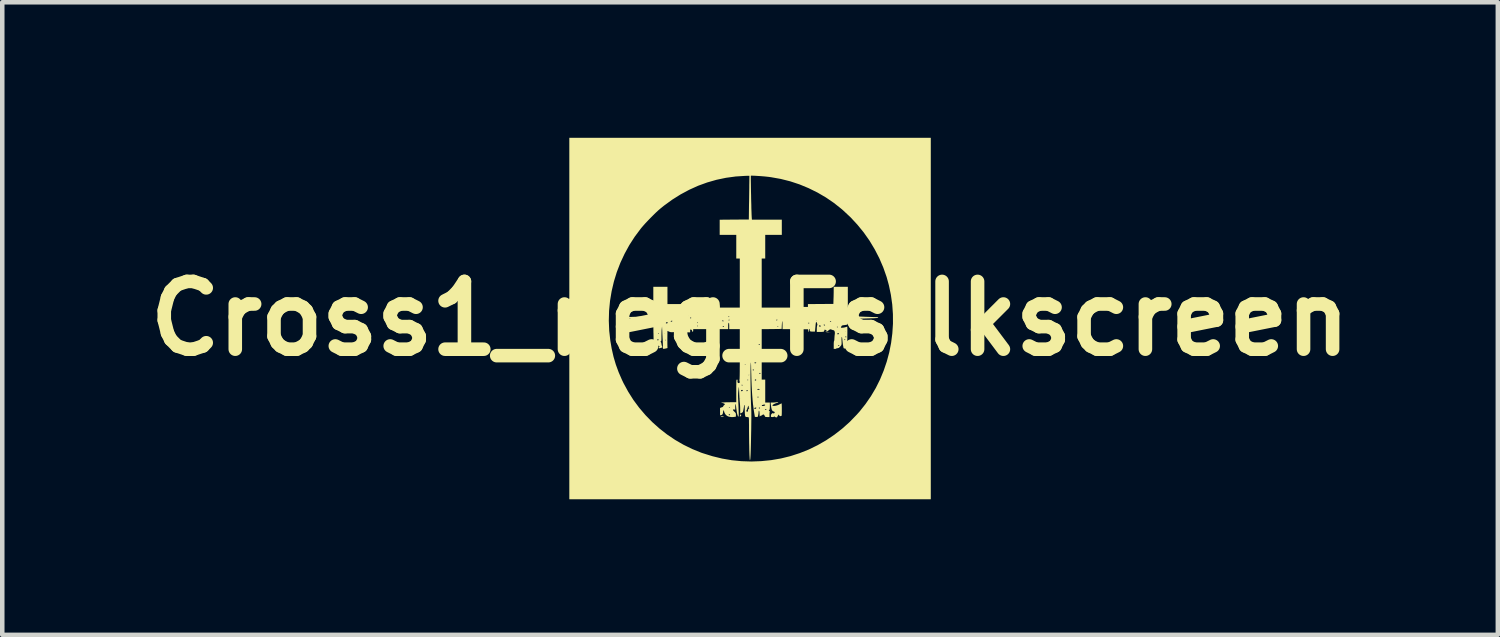
<source format=kicad_pcb>
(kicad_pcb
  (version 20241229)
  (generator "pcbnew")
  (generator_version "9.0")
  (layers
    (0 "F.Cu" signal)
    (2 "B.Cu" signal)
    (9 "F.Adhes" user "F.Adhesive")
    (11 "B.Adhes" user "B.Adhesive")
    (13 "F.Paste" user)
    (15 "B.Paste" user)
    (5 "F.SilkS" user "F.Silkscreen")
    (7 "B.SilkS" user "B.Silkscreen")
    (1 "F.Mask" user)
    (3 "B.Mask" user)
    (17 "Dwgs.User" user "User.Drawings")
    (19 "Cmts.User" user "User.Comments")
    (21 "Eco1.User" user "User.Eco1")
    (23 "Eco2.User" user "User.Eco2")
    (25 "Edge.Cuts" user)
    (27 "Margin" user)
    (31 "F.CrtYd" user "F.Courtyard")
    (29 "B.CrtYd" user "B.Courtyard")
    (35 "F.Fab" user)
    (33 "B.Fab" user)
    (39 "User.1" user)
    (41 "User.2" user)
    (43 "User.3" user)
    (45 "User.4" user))
  (footprint "Cross1_neg_Fsilkscreen"
    (layer "F.Cu")
    (at 13.55 4)
    (property "Reference" "Cross1_neg_Fsilkscreen" (at 0 0 0) (layer "F.SilkS") (effects (font (size 1.5 1.5) (thickness 0.3))))
    (attr board_only exclude_from_pos_files exclude_from_bom)
    (fp_poly (pts (xy -0.592 2.167) (xy -0.582 2.172) (xy -0.586 2.177) (xy -0.604 2.179) (xy -0.619 2.18) (xy -0.642 2.179) (xy -0.651 2.176) (xy -0.648 2.172) (xy -0.632 2.166) (xy -0.611 2.165)) (stroke (width 0) (type solid)) (fill yes) (layer "F.SilkS"))
    (fp_poly (pts (xy -0.203 2.121) (xy -0.196 2.134) (xy -0.198 2.15) (xy -0.209 2.163) (xy -0.211 2.164) (xy -0.223 2.169) (xy -0.227 2.162) (xy -0.227 2.16) (xy -0.223 2.143) (xy -0.215 2.128) (xy -0.206 2.121)) (stroke (width 0) (type solid)) (fill yes) (layer "F.SilkS"))
    (fp_poly (pts (xy 1.69 0.288) (xy 1.703 0.293) (xy 1.726 0.297) (xy 1.746 0.299) (xy 1.793 0.302) (xy 1.737 0.303) (xy 1.706 0.303) (xy 1.685 0.3) (xy 1.676 0.296) (xy 1.674 0.286) (xy 1.681 0.283)) (stroke (width 0) (type solid)) (fill yes) (layer "F.SilkS"))
    (fp_poly (pts (xy 0.62 1.854) (xy 0.625 1.858) (xy 0.618 1.865) (xy 0.604 1.867) (xy 0.58 1.872) (xy 0.551 1.883) (xy 0.522 1.898) (xy 0.505 1.909) (xy 0.495 1.921) (xy 0.498 1.929) (xy 0.511 1.933) (xy 0.532 1.934) (xy 0.559 1.931) (xy 0.588 1.925) (xy 0.619 1.915) (xy 0.645 1.903) (xy 0.669 1.891) (xy 0.688 1.881) (xy 0.697 1.876) (xy 0.699 1.883) (xy 0.701 1.903) (xy 0.702 1.933) (xy 0.703 1.972) (xy 0.703 2.015) (xy 0.703 2.066) (xy 0.702 2.104) (xy 0.701 2.13) (xy 0.699 2.146) (xy 0.696 2.154) (xy 0.692 2.156) (xy 0.675 2.159) (xy 0.669 2.161) (xy 0.657 2.158) (xy 0.646 2.144) (xy 0.635 2.123) (xy 0.618 2.147) (xy 0.607 2.165) (xy 0.602 2.178) (xy 0.602 2.179) (xy 0.595 2.186) (xy 0.581 2.187) (xy 0.564 2.184) (xy 0.55 2.176) (xy 0.549 2.174) (xy 0.54 2.166) (xy 0.534 2.17) (xy 0.524 2.176) (xy 0.503 2.18) (xy 0.495 2.18) (xy 0.474 2.179) (xy 0.464 2.175) (xy 0.461 2.164) (xy 0.461 2.152) (xy 0.466 2.125) (xy 0.482 2.105) (xy 0.499 2.093) (xy 0.508 2.094) (xy 0.508 2.095) (xy 0.519 2.1) (xy 0.531 2.098) (xy 0.544 2.088) (xy 0.546 2.075) (xy 0.537 2.062) (xy 0.52 2.055) (xy 0.504 2.049) (xy 0.491 2.035) (xy 0.48 2.013) (xy 0.471 1.98) (xy 0.464 1.934) (xy 0.458 1.893) (xy 0.455 1.859) (xy 0.487 1.859) (xy 0.513 1.859) (xy 0.546 1.857) (xy 0.572 1.854) (xy 0.603 1.852)) (stroke (width 0) (type solid)) (fill yes) (layer "F.SilkS"))
    (fp_poly (pts (xy 4 0) (xy 4 4) (xy 0 4) (xy -4 4) (xy -4 0.048) (xy -3.126 0.048) (xy -3.117 0.27) (xy -3.092 0.492) (xy -3.062 0.668) (xy -3.021 0.848) (xy -2.97 1.02) (xy -2.908 1.189) (xy -2.834 1.359) (xy -2.8 1.43) (xy -2.697 1.619) (xy -2.582 1.801) (xy -2.454 1.974) (xy -2.314 2.138) (xy -2.165 2.291) (xy -2.005 2.434) (xy -1.836 2.566) (xy -1.658 2.686) (xy -1.473 2.793) (xy -1.281 2.887) (xy -1.082 2.968) (xy -1.047 2.98) (xy -0.832 3.047) (xy -0.618 3.099) (xy -0.403 3.136) (xy -0.187 3.157) (xy 0.032 3.164) (xy 0.246 3.156) (xy 0.466 3.134) (xy 0.682 3.097) (xy 0.894 3.045) (xy 1.1 2.978) (xy 1.301 2.898) (xy 1.495 2.803) (xy 1.683 2.695) (xy 1.864 2.573) (xy 2.037 2.439) (xy 2.203 2.291) (xy 2.359 2.13) (xy 2.423 2.059) (xy 2.555 1.893) (xy 2.675 1.719) (xy 2.783 1.537) (xy 2.877 1.348) (xy 2.958 1.152) (xy 3.026 0.952) (xy 3.081 0.747) (xy 3.122 0.539) (xy 3.149 0.328) (xy 3.163 0.115) (xy 3.162 -0.098) (xy 3.147 -0.312) (xy 3.117 -0.525) (xy 3.073 -0.736) (xy 3.023 -0.918) (xy 2.949 -1.129) (xy 2.861 -1.334) (xy 2.759 -1.532) (xy 2.645 -1.722) (xy 2.517 -1.904) (xy 2.376 -2.077) (xy 2.224 -2.241) (xy 2.059 -2.395) (xy 2.028 -2.422) (xy 1.857 -2.558) (xy 1.677 -2.681) (xy 1.49 -2.79) (xy 1.295 -2.886) (xy 1.095 -2.969) (xy 0.889 -3.037) (xy 0.679 -3.09) (xy 0.465 -3.128) (xy 0.406 -3.136) (xy 0.368 -3.14) (xy 0.322 -3.145) (xy 0.273 -3.149) (xy 0.222 -3.153) (xy 0.172 -3.156) (xy 0.125 -3.159) (xy 0.083 -3.161) (xy 0.05 -3.162) (xy 0.028 -3.163) (xy 0.018 -3.161) (xy 0.018 -3.161) (xy 0.017 -3.153) (xy 0.017 -3.131) (xy 0.017 -3.096) (xy 0.017 -3.051) (xy 0.018 -2.997) (xy 0.019 -2.935) (xy 0.02 -2.869) (xy 0.021 -2.798) (xy 0.023 -2.725) (xy 0.024 -2.652) (xy 0.026 -2.579) (xy 0.028 -2.51) (xy 0.029 -2.445) (xy 0.031 -2.387) (xy 0.033 -2.336) (xy 0.034 -2.295) (xy 0.036 -2.265) (xy 0.036 -2.256) (xy 0.041 -2.188) (xy 0.372 -2.188) (xy 0.703 -2.188) (xy 0.703 -2.02) (xy 0.703 -1.852) (xy 0.52 -1.852) (xy 0.336 -1.852) (xy 0.336 -1.59) (xy 0.336 -1.328) (xy 0.297 -1.328) (xy 0.258 -1.328) (xy 0.258 -0.785) (xy 0.258 -0.242) (xy 0.77 -0.242) (xy 1.281 -0.242) (xy 1.281 -0.281) (xy 1.281 -0.32) (xy 1.563 -0.322) (xy 1.844 -0.324) (xy 1.847 -0.43) (xy 1.849 -0.479) (xy 1.85 -0.532) (xy 1.851 -0.583) (xy 1.851 -0.619) (xy 1.852 -0.703) (xy 2.008 -0.703) (xy 2.164 -0.703) (xy 2.164 -0.38) (xy 2.164 -0.057) (xy 2.276 -0.051) (xy 2.347 -0.048) (xy 2.419 -0.045) (xy 2.491 -0.042) (xy 2.56 -0.039) (xy 2.624 -0.037) (xy 2.681 -0.035) (xy 2.729 -0.033) (xy 2.766 -0.032) (xy 2.79 -0.031) (xy 2.791 -0.031) (xy 2.819 -0.03) (xy 2.833 -0.026) (xy 2.836 -0.021) (xy 2.835 -0.018) (xy 2.832 -0.016) (xy 2.825 -0.014) (xy 2.813 -0.012) (xy 2.796 -0.011) (xy 2.771 -0.009) (xy 2.739 -0.007) (xy 2.697 -0.006) (xy 2.645 -0.004) (xy 2.581 -0.002) (xy 2.505 0.000499) (xy 2.415 0.003) (xy 2.346 0.005) (xy 2.164 0.01) (xy 2.164 0.071) (xy 2.164 0.099) (xy 2.163 0.118) (xy 2.157 0.129) (xy 2.145 0.136) (xy 2.123 0.14) (xy 2.09 0.145) (xy 2.079 0.146) (xy 2.052 0.15) (xy 2.036 0.155) (xy 2.027 0.163) (xy 2.019 0.177) (xy 2.019 0.178) (xy 2.009 0.203) (xy 2.045 0.203) (xy 2.076 0.2) (xy 2.107 0.193) (xy 2.113 0.191) (xy 2.134 0.184) (xy 2.149 0.18) (xy 2.151 0.18) (xy 2.152 0.187) (xy 2.153 0.208) (xy 2.154 0.239) (xy 2.154 0.279) (xy 2.154 0.325) (xy 2.153 0.375) (xy 2.153 0.426) (xy 2.152 0.476) (xy 2.15 0.522) (xy 2.149 0.562) (xy 2.148 0.594) (xy 2.147 0.61) (xy 2.142 0.633) (xy 2.135 0.65) (xy 2.134 0.651) (xy 2.117 0.661) (xy 2.095 0.664) (xy 2.076 0.659) (xy 2.074 0.658) (xy 2.069 0.648) (xy 2.064 0.624) (xy 2.057 0.588) (xy 2.051 0.543) (xy 2.045 0.49) (xy 2.043 0.469) (xy 2.082 0.469) (xy 2.085 0.475) (xy 2.093 0.477) (xy 2.106 0.473) (xy 2.11 0.469) (xy 2.103 0.462) (xy 2.098 0.461) (xy 2.085 0.466) (xy 2.082 0.469) (xy 2.043 0.469) (xy 2.042 0.459) (xy 2.038 0.427) (xy 2.034 0.409) (xy 2.03 0.406) (xy 2.102 0.406) (xy 2.108 0.412) (xy 2.122 0.414) (xy 2.135 0.412) (xy 2.137 0.406) (xy 2.126 0.4) (xy 2.117 0.398) (xy 2.104 0.402) (xy 2.102 0.406) (xy 2.03 0.406) (xy 2.03 0.406) (xy 2.027 0.416) (xy 2.025 0.437) (xy 2.024 0.471) (xy 2.025 0.494) (xy 2.026 0.532) (xy 2.026 0.559) (xy 2.023 0.578) (xy 2.017 0.593) (xy 2.005 0.608) (xy 1.987 0.628) (xy 1.983 0.633) (xy 1.965 0.649) (xy 1.944 0.656) (xy 1.928 0.657) (xy 1.909 0.658) (xy 1.904 0.66) (xy 1.91 0.664) (xy 1.916 0.668) (xy 1.909 0.67) (xy 1.889 0.671) (xy 1.852 0.672) (xy 1.852 0.594) (xy 1.945 0.594) (xy 1.952 0.6) (xy 1.961 0.602) (xy 1.974 0.598) (xy 1.977 0.594) (xy 1.97 0.587) (xy 1.961 0.586) (xy 1.948 0.589) (xy 1.945 0.594) (xy 1.852 0.594) (xy 1.852 0.586) (xy 1.852 0.55) (xy 1.854 0.521) (xy 1.857 0.502) (xy 1.859 0.496) (xy 1.864 0.486) (xy 1.866 0.466) (xy 1.867 0.442) (xy 1.869 0.407) (xy 1.872 0.371) (xy 1.875 0.352) (xy 1.876 0.338) (xy 1.932 0.338) (xy 1.934 0.344) (xy 1.943 0.351) (xy 1.957 0.346) (xy 1.96 0.345) (xy 1.966 0.334) (xy 1.961 0.324) (xy 1.949 0.32) (xy 1.936 0.326) (xy 1.932 0.338) (xy 1.876 0.338) (xy 1.878 0.319) (xy 1.874 0.293) (xy 2.102 0.293) (xy 2.106 0.297) (xy 2.11 0.293) (xy 2.106 0.289) (xy 2.102 0.293) (xy 1.874 0.293) (xy 1.874 0.29) (xy 1.864 0.268) (xy 1.849 0.258) (xy 1.845 0.258) (xy 1.828 0.254) (xy 1.807 0.246) (xy 1.806 0.246) (xy 1.788 0.238) (xy 1.774 0.239) (xy 1.758 0.246) (xy 1.74 0.258) (xy 1.73 0.269) (xy 1.729 0.27) (xy 1.722 0.279) (xy 1.711 0.279) (xy 1.692 0.268) (xy 1.684 0.262) (xy 1.665 0.248) (xy 1.655 0.244) (xy 1.649 0.25) (xy 1.645 0.264) (xy 1.638 0.281) (xy 1.63 0.291) (xy 1.619 0.293) (xy 1.596 0.295) (xy 1.565 0.297) (xy 1.549 0.297) (xy 1.477 0.297) (xy 1.477 0.235) (xy 1.478 0.202) (xy 1.479 0.188) (xy 1.922 0.188) (xy 1.928 0.194) (xy 1.934 0.195) (xy 1.944 0.191) (xy 1.945 0.188) (xy 1.939 0.181) (xy 1.934 0.18) (xy 1.923 0.184) (xy 1.922 0.188) (xy 1.479 0.188) (xy 1.481 0.174) (xy 1.482 0.168) (xy 1.526 0.168) (xy 1.527 0.172) (xy 1.537 0.177) (xy 1.552 0.178) (xy 1.564 0.173) (xy 1.567 0.169) (xy 1.561 0.159) (xy 1.553 0.153) (xy 1.539 0.15) (xy 1.528 0.156) (xy 1.526 0.168) (xy 1.482 0.168) (xy 1.485 0.154) (xy 1.486 0.153) (xy 1.488 0.143) (xy 1.63 0.143) (xy 1.63 0.144) (xy 1.639 0.153) (xy 1.651 0.154) (xy 1.66 0.148) (xy 1.66 0.144) (xy 1.654 0.137) (xy 1.643 0.134) (xy 1.63 0.135) (xy 1.63 0.143) (xy 1.488 0.143) (xy 1.491 0.13) (xy 1.486 0.115) (xy 1.478 0.095) (xy 1.473 0.082) (xy 1.467 0.073) (xy 1.462 0.077) (xy 1.456 0.096) (xy 1.452 0.127) (xy 1.45 0.148) (xy 1.447 0.184) (xy 1.443 0.221) (xy 1.441 0.248) (xy 1.436 0.289) (xy 1.391 0.289) (xy 1.357 0.288) (xy 1.336 0.285) (xy 1.325 0.277) (xy 1.321 0.263) (xy 1.32 0.253) (xy 1.318 0.233) (xy 1.313 0.227) (xy 1.307 0.235) (xy 1.302 0.255) (xy 1.3 0.262) (xy 1.295 0.287) (xy 1.29 0.299) (xy 1.286 0.297) (xy 1.285 0.28) (xy 1.285 0.271) (xy 1.285 0.238) (xy 1.002 0.236) (xy 0.719 0.234) (xy 0.719 0.143) (xy 0.718 0.108) (xy 0.718 0.105) (xy 1.291 0.105) (xy 1.293 0.109) (xy 1.302 0.114) (xy 1.307 0.111) (xy 1.31 0.098) (xy 1.309 0.094) (xy 1.3 0.089) (xy 1.295 0.092) (xy 1.291 0.105) (xy 0.718 0.105) (xy 0.717 0.08) (xy 0.715 0.063) (xy 0.715 0.063) (xy 1.766 0.063) (xy 1.772 0.069) (xy 1.781 0.07) (xy 1.794 0.067) (xy 1.797 0.063) (xy 1.79 0.056) (xy 1.781 0.055) (xy 1.769 0.058) (xy 1.766 0.063) (xy 0.715 0.063) (xy 0.713 0.058) (xy 0.71 0.068) (xy 0.707 0.09) (xy 0.705 0.12) (xy 0.703 0.147) (xy 0.699 0.23) (xy 0.479 0.233) (xy 0.258 0.235) (xy 0.258 0.793) (xy 0.258 1.352) (xy 0.297 1.352) (xy 0.336 1.352) (xy 0.336 1.606) (xy 0.336 1.859) (xy 0.387 1.859) (xy 0.438 1.859) (xy 0.438 1.937) (xy 0.437 1.975) (xy 0.435 2.001) (xy 0.431 2.016) (xy 0.426 2.024) (xy 0.415 2.036) (xy 0.418 2.045) (xy 0.427 2.047) (xy 0.436 2.051) (xy 0.435 2.065) (xy 0.432 2.082) (xy 0.43 2.108) (xy 0.43 2.131) (xy 0.43 2.18) (xy 0.382 2.18) (xy 0.356 2.179) (xy 0.341 2.177) (xy 0.332 2.17) (xy 0.325 2.156) (xy 0.324 2.153) (xy 0.31 2.13) (xy 0.295 2.122) (xy 0.277 2.13) (xy 0.273 2.133) (xy 0.257 2.145) (xy 0.245 2.149) (xy 0.23 2.154) (xy 0.222 2.162) (xy 0.216 2.168) (xy 0.213 2.164) (xy 0.212 2.149) (xy 0.211 2.128) (xy 0.21 2.091) (xy 0.207 2.062) (xy 0.203 2.044) (xy 0.197 2.038) (xy 0.194 2.041) (xy 0.19 2.055) (xy 0.188 2.077) (xy 0.188 2.081) (xy 0.186 2.108) (xy 0.18 2.138) (xy 0.179 2.146) (xy 0.173 2.167) (xy 0.166 2.177) (xy 0.153 2.179) (xy 0.138 2.178) (xy 0.107 2.176) (xy 0.089 2.069) (xy 0.08 2.009) (xy 0.329 2.009) (xy 0.332 2.015) (xy 0.341 2.019) (xy 0.354 2.014) (xy 0.371 2.004) (xy 0.353 2.002) (xy 0.334 2.002) (xy 0.329 2.009) (xy 0.08 2.009) (xy 0.078 1.995) (xy 0.095 1.995) (xy 0.105 2) (xy 0.107 2) (xy 0.125 1.995) (xy 0.131 1.991) (xy 0.138 1.981) (xy 0.195 1.981) (xy 0.198 1.995) (xy 0.203 2) (xy 0.209 1.993) (xy 0.211 1.981) (xy 0.208 1.966) (xy 0.203 1.961) (xy 0.197 1.968) (xy 0.195 1.981) (xy 0.138 1.981) (xy 0.14 1.978) (xy 0.135 1.971) (xy 0.119 1.97) (xy 0.104 1.976) (xy 0.095 1.986) (xy 0.095 1.995) (xy 0.078 1.995) (xy 0.077 1.984) (xy 0.069 1.922) (xy 0.259 1.922) (xy 0.262 1.931) (xy 0.264 1.933) (xy 0.275 1.936) (xy 0.295 1.935) (xy 0.315 1.93) (xy 0.33 1.923) (xy 0.331 1.922) (xy 0.336 1.912) (xy 0.329 1.905) (xy 0.311 1.904) (xy 0.291 1.908) (xy 0.268 1.915) (xy 0.259 1.922) (xy 0.069 1.922) (xy 0.065 1.896) (xy 0.056 1.802) (xy 0.051 1.738) (xy 0.164 1.738) (xy 0.17 1.749) (xy 0.176 1.75) (xy 0.186 1.744) (xy 0.188 1.738) (xy 0.181 1.728) (xy 0.176 1.727) (xy 0.165 1.733) (xy 0.164 1.738) (xy 0.051 1.738) (xy 0.048 1.701) (xy 0.041 1.592) (xy 0.04 1.568) (xy 0.158 1.568) (xy 0.163 1.574) (xy 0.183 1.577) (xy 0.187 1.577) (xy 0.207 1.576) (xy 0.213 1.572) (xy 0.21 1.565) (xy 0.196 1.558) (xy 0.178 1.557) (xy 0.163 1.562) (xy 0.158 1.568) (xy 0.04 1.568) (xy 0.035 1.473) (xy 0.031 1.367) (xy 0.105 1.367) (xy 0.105 1.367) (xy 0.116 1.373) (xy 0.129 1.371) (xy 0.137 1.362) (xy 0.137 1.36) (xy 0.132 1.348) (xy 0.129 1.347) (xy 0.116 1.348) (xy 0.106 1.356) (xy 0.105 1.367) (xy 0.031 1.367) (xy 0.03 1.341) (xy 0.027 1.215) (xy 0.203 1.215) (xy 0.208 1.224) (xy 0.22 1.224) (xy 0.23 1.217) (xy 0.232 1.213) (xy 0.229 1.205) (xy 0.219 1.203) (xy 0.206 1.208) (xy 0.203 1.215) (xy 0.027 1.215) (xy 0.026 1.196) (xy 0.026 1.188) (xy 0.025 1.138) (xy 0.057 1.138) (xy 0.059 1.141) (xy 0.069 1.148) (xy 0.081 1.146) (xy 0.086 1.136) (xy 0.081 1.127) (xy 0.074 1.128) (xy 0.061 1.132) (xy 0.057 1.133) (xy 0.057 1.138) (xy 0.025 1.138) (xy 0.024 1.118) (xy 0.023 1.062) (xy 0.022 1.021) (xy 0.021 0.993) (xy 0.02 0.977) (xy 0.095 0.977) (xy 0.098 0.984) (xy 0.11 0.992) (xy 0.129 0.987) (xy 0.132 0.985) (xy 0.138 0.975) (xy 0.133 0.966) (xy 0.118 0.961) (xy 0.117 0.961) (xy 0.101 0.966) (xy 0.095 0.977) (xy 0.02 0.977) (xy 0.02 0.976) (xy 0.019 0.97) (xy 0.017 0.975) (xy 0.016 0.989) (xy 0.015 1.011) (xy 0.013 1.027) (xy 0.012 1.063) (xy 0.011 1.112) (xy 0.01 1.172) (xy 0.01 1.242) (xy 0.01 1.319) (xy 0.011 1.401) (xy 0.012 1.486) (xy 0.013 1.571) (xy 0.015 1.656) (xy 0.016 1.737) (xy 0.019 1.812) (xy 0.021 1.88) (xy 0.024 1.938) (xy 0.024 1.945) (xy 0.026 1.993) (xy 0.028 2.047) (xy 0.029 2.107) (xy 0.029 2.176) (xy 0.028 2.256) (xy 0.027 2.346) (xy 0.026 2.45) (xy 0.024 2.535) (xy 0.022 2.648) (xy 0.02 2.746) (xy 0.018 2.83) (xy 0.016 2.902) (xy 0.014 2.962) (xy 0.012 3.011) (xy 0.01 3.05) (xy 0.008 3.08) (xy 0.006 3.103) (xy 0.004 3.118) (xy 0.001 3.128) (xy -0.001 3.132) (xy -0.003 3.133) (xy -0.006 3.125) (xy -0.008 3.104) (xy -0.01 3.069) (xy -0.013 3.022) (xy -0.015 2.966) (xy -0.017 2.9) (xy -0.018 2.827) (xy -0.02 2.748) (xy -0.021 2.664) (xy -0.022 2.576) (xy -0.023 2.486) (xy -0.023 2.396) (xy -0.023 2.351) (xy -0.024 2.304) (xy -0.024 2.262) (xy -0.025 2.228) (xy -0.027 2.203) (xy -0.028 2.192) (xy -0.038 2.183) (xy -0.061 2.18) (xy -0.067 2.18) (xy -0.088 2.179) (xy -0.1 2.174) (xy -0.106 2.16) (xy -0.109 2.151) (xy -0.112 2.132) (xy -0.115 2.101) (xy -0.116 2.063) (xy -0.117 2.039) (xy -0.082 2.039) (xy -0.081 2.055) (xy -0.068 2.062) (xy -0.063 2.063) (xy -0.052 2.06) (xy -0.047 2.047) (xy -0.047 2.036) (xy -0.042 2.011) (xy -0.029 1.997) (xy -0.018 1.986) (xy -0.021 1.98) (xy -0.029 1.97) (xy -0.031 1.953) (xy -0.034 1.936) (xy -0.039 1.93) (xy -0.045 1.936) (xy -0.047 1.949) (xy -0.05 1.966) (xy -0.055 1.973) (xy -0.06 1.984) (xy -0.06 1.989) (xy -0.061 2.002) (xy -0.071 2.018) (xy -0.072 2.019) (xy -0.082 2.039) (xy -0.117 2.039) (xy -0.117 2.022) (xy -0.117 2.018) (xy -0.118 1.974) (xy -0.119 1.941) (xy -0.122 1.92) (xy -0.125 1.914) (xy -0.133 1.92) (xy -0.133 1.921) (xy -0.134 1.943) (xy -0.138 1.973) (xy -0.144 2.005) (xy -0.15 2.035) (xy -0.156 2.057) (xy -0.16 2.068) (xy -0.175 2.082) (xy -0.195 2.092) (xy -0.218 2.101) (xy -0.218 2.013) (xy -0.219 1.969) (xy -0.221 1.921) (xy -0.224 1.879) (xy -0.226 1.86) (xy -0.229 1.829) (xy -0.232 1.787) (xy -0.234 1.762) (xy -0.227 1.762) (xy -0.223 1.766) (xy -0.219 1.762) (xy -0.223 1.758) (xy -0.227 1.762) (xy -0.234 1.762) (xy -0.235 1.738) (xy -0.238 1.687) (xy -0.239 1.657) (xy -0.241 1.612) (xy -0.242 1.596) (xy -0.201 1.596) (xy -0.195 1.606) (xy -0.184 1.609) (xy -0.171 1.604) (xy -0.165 1.599) (xy -0.165 1.598) (xy -0.083 1.598) (xy -0.08 1.605) (xy -0.068 1.608) (xy -0.054 1.603) (xy -0.049 1.596) (xy -0.052 1.588) (xy -0.061 1.586) (xy -0.077 1.59) (xy -0.083 1.598) (xy -0.165 1.598) (xy -0.16 1.587) (xy -0.167 1.58) (xy -0.181 1.579) (xy -0.194 1.585) (xy -0.201 1.596) (xy -0.242 1.596) (xy -0.243 1.573) (xy -0.244 1.543) (xy -0.246 1.523) (xy -0.246 1.517) (xy -0.249 1.522) (xy -0.252 1.538) (xy -0.253 1.548) (xy -0.256 1.574) (xy -0.26 1.608) (xy -0.263 1.637) (xy -0.265 1.669) (xy -0.266 1.711) (xy -0.265 1.754) (xy -0.264 1.774) (xy -0.262 1.808) (xy -0.26 1.854) (xy -0.257 1.907) (xy -0.255 1.963) (xy -0.254 2.015) (xy -0.252 2.069) (xy -0.251 2.11) (xy -0.251 2.139) (xy -0.252 2.158) (xy -0.254 2.167) (xy -0.258 2.171) (xy -0.259 2.17) (xy -0.268 2.16) (xy -0.277 2.136) (xy -0.287 2.1) (xy -0.295 2.053) (xy -0.303 1.998) (xy -0.305 1.983) (xy -0.309 1.947) (xy -0.314 1.918) (xy -0.318 1.898) (xy -0.322 1.891) (xy -0.325 1.898) (xy -0.327 1.917) (xy -0.328 1.945) (xy -0.328 1.954) (xy -0.328 2.018) (xy -0.351 2.013) (xy -0.372 2.012) (xy -0.379 2.019) (xy -0.374 2.033) (xy -0.356 2.053) (xy -0.349 2.059) (xy -0.329 2.079) (xy -0.318 2.093) (xy -0.313 2.109) (xy -0.313 2.132) (xy -0.313 2.171) (xy -0.35 2.177) (xy -0.385 2.181) (xy -0.418 2.18) (xy -0.456 2.174) (xy -0.47 2.171) (xy -0.508 2.155) (xy -0.535 2.131) (xy -0.474 2.131) (xy -0.473 2.133) (xy -0.461 2.14) (xy -0.447 2.138) (xy -0.442 2.133) (xy -0.443 2.123) (xy -0.446 2.121) (xy -0.458 2.119) (xy -0.47 2.123) (xy -0.474 2.131) (xy -0.535 2.131) (xy -0.54 2.127) (xy -0.563 2.09) (xy -0.571 2.067) (xy -0.578 2.045) (xy -0.584 2.03) (xy -0.586 2.027) (xy -0.59 2.033) (xy -0.594 2.049) (xy -0.597 2.07) (xy -0.602 2.101) (xy -0.61 2.119) (xy -0.623 2.131) (xy -0.643 2.137) (xy -0.664 2.142) (xy -0.664 2.061) (xy -0.664 1.979) (xy -0.643 1.971) (xy -0.638 1.969) (xy -0.469 1.969) (xy -0.463 1.976) (xy -0.461 1.977) (xy -0.451 1.971) (xy -0.449 1.969) (xy -0.451 1.962) (xy -0.457 1.961) (xy -0.467 1.965) (xy -0.469 1.969) (xy -0.638 1.969) (xy -0.622 1.963) (xy -0.607 1.958) (xy -0.596 1.949) (xy -0.594 1.942) (xy -0.588 1.93) (xy -0.574 1.916) (xy -0.572 1.914) (xy -0.559 1.902) (xy -0.556 1.895) (xy -0.564 1.888) (xy -0.566 1.886) (xy -0.584 1.877) (xy -0.608 1.87) (xy -0.613 1.869) (xy -0.645 1.864) (xy -0.609 1.858) (xy -0.59 1.857) (xy -0.558 1.855) (xy -0.518 1.853) (xy -0.472 1.853) (xy -0.439 1.852) (xy -0.305 1.852) (xy -0.305 1.602) (xy -0.305 1.533) (xy -0.305 1.478) (xy -0.304 1.472) (xy -0.188 1.472) (xy -0.181 1.483) (xy -0.175 1.484) (xy -0.166 1.48) (xy -0.166 1.475) (xy -0.174 1.465) (xy -0.183 1.464) (xy -0.188 1.472) (xy -0.304 1.472) (xy -0.304 1.435) (xy -0.304 1.403) (xy -0.302 1.381) (xy -0.301 1.366) (xy -0.299 1.357) (xy -0.296 1.353) (xy -0.292 1.352) (xy -0.289 1.352) (xy -0.278 1.354) (xy -0.276 1.362) (xy -0.278 1.379) (xy -0.278 1.406) (xy -0.268 1.424) (xy -0.249 1.43) (xy -0.234 1.424) (xy -0.228 1.406) (xy -0.232 1.379) (xy -0.233 1.378) (xy -0.236 1.361) (xy -0.236 1.359) (xy -0.063 1.359) (xy -0.056 1.366) (xy -0.051 1.367) (xy -0.04 1.363) (xy -0.039 1.359) (xy -0.045 1.353) (xy -0.051 1.352) (xy -0.061 1.356) (xy -0.063 1.359) (xy -0.236 1.359) (xy -0.235 1.352) (xy -0.234 1.352) (xy -0.232 1.344) (xy -0.231 1.322) (xy -0.23 1.286) (xy -0.229 1.25) (xy -0.031 1.25) (xy -0.029 1.258) (xy -0.028 1.258) (xy -0.021 1.252) (xy -0.02 1.25) (xy -0.02 1.243) (xy -0.023 1.242) (xy -0.031 1.248) (xy -0.031 1.25) (xy -0.229 1.25) (xy -0.229 1.237) (xy -0.228 1.176) (xy -0.228 1.105) (xy -0.227 1.023) (xy -0.227 1.016) (xy -0.117 1.016) (xy -0.111 1.023) (xy -0.109 1.024) (xy -0.102 1.018) (xy -0.102 1.016) (xy -0.108 1.008) (xy -0.109 1.008) (xy -0.117 1.014) (xy -0.117 1.016) (xy -0.227 1.016) (xy -0.227 0.933) (xy -0.227 0.871) (xy -0.164 0.871) (xy -0.16 0.875) (xy -0.156 0.871) (xy -0.16 0.867) (xy -0.164 0.871) (xy -0.227 0.871) (xy -0.227 0.834) (xy -0.227 0.793) (xy -0.227 0.576) (xy 0.189 0.576) (xy 0.193 0.584) (xy 0.203 0.586) (xy 0.216 0.582) (xy 0.217 0.576) (xy 0.207 0.567) (xy 0.203 0.566) (xy 0.191 0.573) (xy 0.189 0.576) (xy -0.227 0.576) (xy -0.227 0.234) (xy -0.344 0.234) (xy -0.461 0.234) (xy -0.461 0.176) (xy 0.605 0.176) (xy 0.606 0.18) (xy 0.615 0.187) (xy 0.618 0.188) (xy 0.625 0.182) (xy 0.625 0.18) (xy 0.619 0.173) (xy 0.613 0.172) (xy 0.605 0.176) (xy -0.461 0.176) (xy -0.461 0.164) (xy -0.462 0.133) (xy -0.464 0.109) (xy -0.466 0.096) (xy -0.468 0.094) (xy -0.476 0.099) (xy -0.481 0.115) (xy -0.484 0.143) (xy -0.484 0.176) (xy -0.484 0.234) (xy -0.871 0.234) (xy -1.258 0.234) (xy -1.258 0.266) (xy -1.261 0.286) (xy -1.267 0.295) (xy -1.275 0.292) (xy -1.28 0.277) (xy -1.29 0.254) (xy -1.307 0.243) (xy -1.313 0.242) (xy -1.322 0.245) (xy -1.326 0.256) (xy -1.326 0.275) (xy -1.325 0.29) (xy -1.326 0.3) (xy -1.331 0.305) (xy -1.342 0.307) (xy -1.363 0.305) (xy -1.396 0.302) (xy -1.417 0.299) (xy -1.471 0.293) (xy -1.484 0.256) (xy -1.496 0.218) (xy -1.523 0.246) (xy -1.551 0.268) (xy -1.584 0.283) (xy -1.614 0.289) (xy -1.617 0.281) (xy -1.619 0.259) (xy -1.619 0.221) (xy -1.619 0.184) (xy -1.618 0.149) (xy -1.593 0.149) (xy -1.59 0.156) (xy -1.579 0.164) (xy -1.567 0.158) (xy -1.567 0.157) (xy -1.508 0.157) (xy -1.506 0.176) (xy -1.502 0.187) (xy -1.5 0.188) (xy -1.496 0.181) (xy -0.841 0.181) (xy -0.836 0.191) (xy -0.836 0.192) (xy -0.825 0.199) (xy -0.815 0.194) (xy -0.809 0.183) (xy -0.812 0.177) (xy -0.82 0.175) (xy -0.606 0.175) (xy -0.606 0.18) (xy -0.594 0.187) (xy -0.583 0.181) (xy -0.582 0.179) (xy -0.58 0.168) (xy -0.59 0.165) (xy -0.598 0.167) (xy -0.606 0.175) (xy -0.82 0.175) (xy -0.825 0.173) (xy -0.832 0.175) (xy -0.841 0.181) (xy -1.496 0.181) (xy -1.495 0.181) (xy -1.493 0.164) (xy -1.172 0.164) (xy -1.166 0.171) (xy -1.16 0.172) (xy -1.152 0.168) (xy -1.152 0.164) (xy -1.162 0.157) (xy -1.165 0.156) (xy -1.172 0.162) (xy -1.172 0.164) (xy -1.493 0.164) (xy -1.493 0.163) (xy -1.492 0.152) (xy -1.494 0.13) (xy -1.498 0.121) (xy -1.5 0.121) (xy -1.505 0.131) (xy -1.508 0.151) (xy -1.508 0.157) (xy -1.567 0.157) (xy -1.566 0.156) (xy -1.568 0.147) (xy -1.574 0.144) (xy -1.588 0.142) (xy -1.593 0.149) (xy -1.618 0.149) (xy -1.618 0.137) (xy -1.618 0.103) (xy -1.619 0.094) (xy -1.172 0.094) (xy -1.166 0.101) (xy -1.165 0.102) (xy -1.154 0.096) (xy -1.152 0.094) (xy -1.154 0.087) (xy -1.16 0.086) (xy -1.17 0.09) (xy -1.172 0.094) (xy -1.619 0.094) (xy -1.621 0.083) (xy -1.623 0.078) (xy -1.629 0.081) (xy -1.634 0.091) (xy -1.637 0.109) (xy -1.64 0.138) (xy -1.644 0.181) (xy -1.645 0.204) (xy -1.651 0.296) (xy -1.702 0.301) (xy -1.735 0.303) (xy -1.76 0.3) (xy -1.784 0.293) (xy -1.791 0.29) (xy -1.828 0.274) (xy -1.83 0.428) (xy -1.83 0.478) (xy -1.83 0.525) (xy -1.83 0.566) (xy -1.829 0.598) (xy -1.829 0.617) (xy -1.829 0.618) (xy -1.827 0.653) (xy -1.867 0.663) (xy -1.898 0.669) (xy -1.917 0.671) (xy -1.926 0.668) (xy -1.929 0.657) (xy -1.928 0.643) (xy -1.928 0.625) (xy -1.929 0.595) (xy -1.93 0.556) (xy -1.932 0.512) (xy -1.933 0.48) (xy -1.933 0.477) (xy -1.875 0.477) (xy -1.869 0.484) (xy -1.867 0.484) (xy -1.86 0.478) (xy -1.859 0.477) (xy -1.865 0.469) (xy -1.867 0.469) (xy -1.875 0.475) (xy -1.875 0.477) (xy -1.933 0.477) (xy -1.936 0.434) (xy -1.938 0.392) (xy -1.94 0.356) (xy -1.941 0.33) (xy -1.941 0.324) (xy -1.891 0.324) (xy -1.887 0.328) (xy -1.883 0.324) (xy -1.887 0.32) (xy -1.891 0.324) (xy -1.941 0.324) (xy -1.941 0.32) (xy -1.942 0.299) (xy -1.943 0.268) (xy -1.945 0.235) (xy -1.945 0.234) (xy -1.948 0.176) (xy -1.954 0.227) (xy -1.957 0.254) (xy -1.959 0.292) (xy -1.96 0.336) (xy -1.961 0.382) (xy -1.961 0.388) (xy -1.961 0.432) (xy -1.961 0.463) (xy -1.963 0.483) (xy -1.966 0.495) (xy -1.97 0.501) (xy -1.973 0.503) (xy -1.982 0.508) (xy -1.98 0.515) (xy -1.974 0.522) (xy -1.965 0.54) (xy -1.961 0.562) (xy -1.957 0.587) (xy -1.949 0.611) (xy -1.941 0.627) (xy -1.939 0.636) (xy -1.939 0.637) (xy -1.949 0.642) (xy -1.968 0.648) (xy -1.99 0.654) (xy -2.008 0.658) (xy -2.018 0.659) (xy -2.018 0.659) (xy -2.024 0.648) (xy -2.019 0.635) (xy -2.011 0.63) (xy -2.003 0.624) (xy -2.008 0.613) (xy -2.008 0.613) (xy -2.021 0.603) (xy -2.028 0.602) (xy -2.041 0.595) (xy -2.051 0.577) (xy -2.055 0.555) (xy -2.055 0.553) (xy -2.057 0.542) (xy -2.061 0.544) (xy -2.066 0.557) (xy -2.073 0.58) (xy -2.079 0.607) (xy -2.088 0.646) (xy -2.101 0.669) (xy -2.117 0.679) (xy -2.121 0.68) (xy -2.129 0.673) (xy -2.132 0.654) (xy -2.133 0.641) (xy -2.133 0.614) (xy -2.134 0.575) (xy -2.134 0.526) (xy -2.135 0.471) (xy -2.052 0.471) (xy -2.047 0.482) (xy -2.039 0.484) (xy -2.029 0.479) (xy -2.027 0.476) (xy -2.026 0.464) (xy -2.034 0.456) (xy -2.046 0.457) (xy -2.048 0.459) (xy -2.052 0.471) (xy -2.135 0.471) (xy -2.135 0.469) (xy -2.136 0.405) (xy -2.137 0.337) (xy -2.137 0.328) (xy -2.037 0.328) (xy -2.035 0.337) (xy -2.029 0.343) (xy -2.025 0.337) (xy -2.025 0.325) (xy -2.027 0.322) (xy -2.034 0.321) (xy -2.037 0.328) (xy -2.137 0.328) (xy -2.138 0.319) (xy -2.14 0.171) (xy -1.678 0.171) (xy -1.676 0.178) (xy -1.667 0.178) (xy -1.656 0.173) (xy -1.654 0.168) (xy -1.662 0.161) (xy -1.673 0.163) (xy -1.678 0.171) (xy -2.14 0.171) (xy -2.14 0.129) (xy -2.055 0.129) (xy -2.049 0.139) (xy -2.037 0.139) (xy -2.023 0.134) (xy -2.02 0.129) (xy -2.026 0.122) (xy -2.037 0.119) (xy -2.052 0.12) (xy -2.055 0.129) (xy -2.14 0.129) (xy -2.141 0.099) (xy -1.864 0.099) (xy -1.863 0.103) (xy -1.852 0.108) (xy -1.836 0.106) (xy -1.824 0.099) (xy -1.822 0.096) (xy -1.826 0.085) (xy -1.832 0.081) (xy -1.846 0.081) (xy -1.858 0.088) (xy -1.864 0.099) (xy -2.141 0.099) (xy -2.141 0.061) (xy -1.756 0.061) (xy -1.754 0.069) (xy -1.74 0.069) (xy -1.731 0.066) (xy -1.72 0.058) (xy -1.719 0.053) (xy -1.722 0.051) (xy -0.615 0.051) (xy -0.607 0.06) (xy -0.597 0.063) (xy -0.587 0.058) (xy -0.586 0.054) (xy -0.592 0.045) (xy -0.598 0.043) (xy -0.471 0.043) (xy -0.467 0.054) (xy -0.464 0.055) (xy -0.462 0.048) (xy -0.462 0.034) (xy 0.58 0.034) (xy 0.582 0.039) (xy 0.59 0.043) (xy 0.6 0.037) (xy 0.608 0.029) (xy 0.602 0.026) (xy 0.598 0.025) (xy 0.583 0.025) (xy 0.58 0.034) (xy -0.462 0.034) (xy -0.462 0.031) (xy -0.462 0.025) (xy -0.463 0.007) (xy -0.464 0.003) (xy -0.467 0.014) (xy -0.468 0.02) (xy -0.471 0.043) (xy -0.598 0.043) (xy -0.605 0.04) (xy -0.614 0.041) (xy -0.615 0.051) (xy -1.722 0.051) (xy -1.725 0.048) (xy -1.737 0.049) (xy -1.75 0.054) (xy -1.756 0.061) (xy -2.141 0.061) (xy -2.142 0.031) (xy -1.637 0.031) (xy -1.635 0.038) (xy -1.629 0.039) (xy -1.619 0.035) (xy -1.617 0.031) (xy -1.623 0.024) (xy -1.625 0.023) (xy -1.635 0.029) (xy -1.637 0.031) (xy -2.142 0.031) (xy -2.142 0.01) (xy -2.292 0.005) (xy -2.347 0.003) (xy -2.412 0.001) (xy -2.483 -0.001) (xy -2.554 -0.003) (xy -2.563 -0.003) (xy 1.459 -0.003) (xy 1.462 0.017) (xy 1.463 0.029) (xy 1.466 0.045) (xy 1.471 0.046) (xy 1.474 0.037) (xy 1.477 0.017) (xy 1.477 0.011) (xy 1.475 -0.012) (xy 1.47 -0.021) (xy 1.467 -0.021) (xy 1.46 -0.012) (xy 1.459 -0.003) (xy -2.563 -0.003) (xy -2.619 -0.005) (xy -2.627 -0.005) (xy -2.688 -0.007) (xy -2.734 -0.008) (xy -2.768 -0.01) (xy -2.791 -0.013) (xy -2.805 -0.015) (xy -2.809 -0.017) (xy -1.328 -0.017) (xy -1.322 -0.005) (xy -1.308 -0.005) (xy -1.308 -0.005) (xy -1.301 -0.013) (xy -1.301 -0.016) (xy -1.311 -0.022) (xy -1.323 -0.023) (xy -1.328 -0.017) (xy -2.809 -0.017) (xy -2.812 -0.018) (xy -2.813 -0.021) (xy -2.806 -0.029) (xy -2.797 -0.031) (xy -2.779 -0.032) (xy -2.749 -0.032) (xy -2.707 -0.034) (xy -2.657 -0.035) (xy -2.602 -0.037) (xy -2.542 -0.039) (xy -2.481 -0.041) (xy -2.438 -0.043) (xy -0.477 -0.043) (xy -0.472 -0.033) (xy -0.469 -0.031) (xy -0.462 -0.038) (xy -0.461 -0.043) (xy -0.465 -0.053) (xy -0.469 -0.055) (xy -0.476 -0.048) (xy -0.477 -0.043) (xy -2.438 -0.043) (xy -2.421 -0.044) (xy -2.365 -0.046) (xy -2.314 -0.048) (xy -2.272 -0.049) (xy -2.24 -0.051) (xy -2.229 -0.051) (xy -2.141 -0.056) (xy -2.141 -0.059) (xy -1.672 -0.059) (xy -1.666 -0.048) (xy -1.66 -0.047) (xy -1.65 -0.053) (xy -1.649 -0.059) (xy -1.651 -0.063) (xy -1.375 -0.063) (xy -1.369 -0.055) (xy -1.367 -0.055) (xy -1.36 -0.061) (xy -1.359 -0.063) (xy -1.365 -0.07) (xy -1.367 -0.07) (xy -1.375 -0.064) (xy -1.375 -0.063) (xy -1.651 -0.063) (xy -1.655 -0.069) (xy -1.66 -0.07) (xy -1.671 -0.064) (xy -1.672 -0.059) (xy -2.141 -0.059) (xy -2.141 -0.094) (xy 1.457 -0.094) (xy 1.46 -0.088) (xy 1.468 -0.086) (xy 1.481 -0.089) (xy 1.484 -0.094) (xy 1.478 -0.101) (xy 1.473 -0.102) (xy 1.46 -0.097) (xy 1.457 -0.094) (xy -2.141 -0.094) (xy -2.141 -0.38) (xy -2.141 -0.703) (xy -1.984 -0.703) (xy -1.828 -0.703) (xy -1.828 -0.512) (xy -1.828 -0.32) (xy -1.543 -0.32) (xy -1.258 -0.32) (xy -1.258 -0.281) (xy -1.258 -0.242) (xy -0.742 -0.242) (xy -0.227 -0.242) (xy -0.227 -0.785) (xy -0.227 -1.328) (xy -0.266 -1.328) (xy -0.305 -1.328) (xy -0.305 -1.59) (xy -0.305 -1.852) (xy -0.488 -1.852) (xy -0.672 -1.852) (xy -0.672 -2.02) (xy -0.672 -2.187) (xy -0.35 -2.19) (xy -0.027 -2.192) (xy -0.023 -2.524) (xy -0.021 -2.602) (xy -0.02 -2.681) (xy -0.019 -2.759) (xy -0.018 -2.832) (xy -0.017 -2.899) (xy -0.017 -2.957) (xy -0.016 -3.002) (xy -0.016 -3.008) (xy -0.014 -3.16) (xy -0.103 -3.158) (xy -0.319 -3.144) (xy -0.532 -3.115) (xy -0.742 -3.071) (xy -0.948 -3.012) (xy -1.149 -2.939) (xy -1.346 -2.85) (xy -1.538 -2.747) (xy -1.724 -2.63) (xy -1.904 -2.499) (xy -1.988 -2.431) (xy -2.032 -2.393) (xy -2.084 -2.345) (xy -2.14 -2.29) (xy -2.199 -2.231) (xy -2.257 -2.171) (xy -2.313 -2.112) (xy -2.363 -2.056) (xy -2.405 -2.007) (xy -2.417 -1.992) (xy -2.551 -1.813) (xy -2.671 -1.627) (xy -2.777 -1.433) (xy -2.87 -1.234) (xy -2.949 -1.029) (xy -3.013 -0.82) (xy -3.063 -0.607) (xy -3.099 -0.391) (xy -3.12 -0.172) (xy -3.126 0.048) (xy -4 0.048) (xy -4 0) (xy -4 -4) (xy 0 -4) (xy 4 -4)) (stroke (width 0) (type solid)) (fill yes) (layer "F.SilkS")))
  (gr_rect
    (start -3 -3)
    (end 30.1 11)
    (stroke (width 0.1) (type default))
    (fill no)
    (layer "Edge.Cuts")))
</source>
